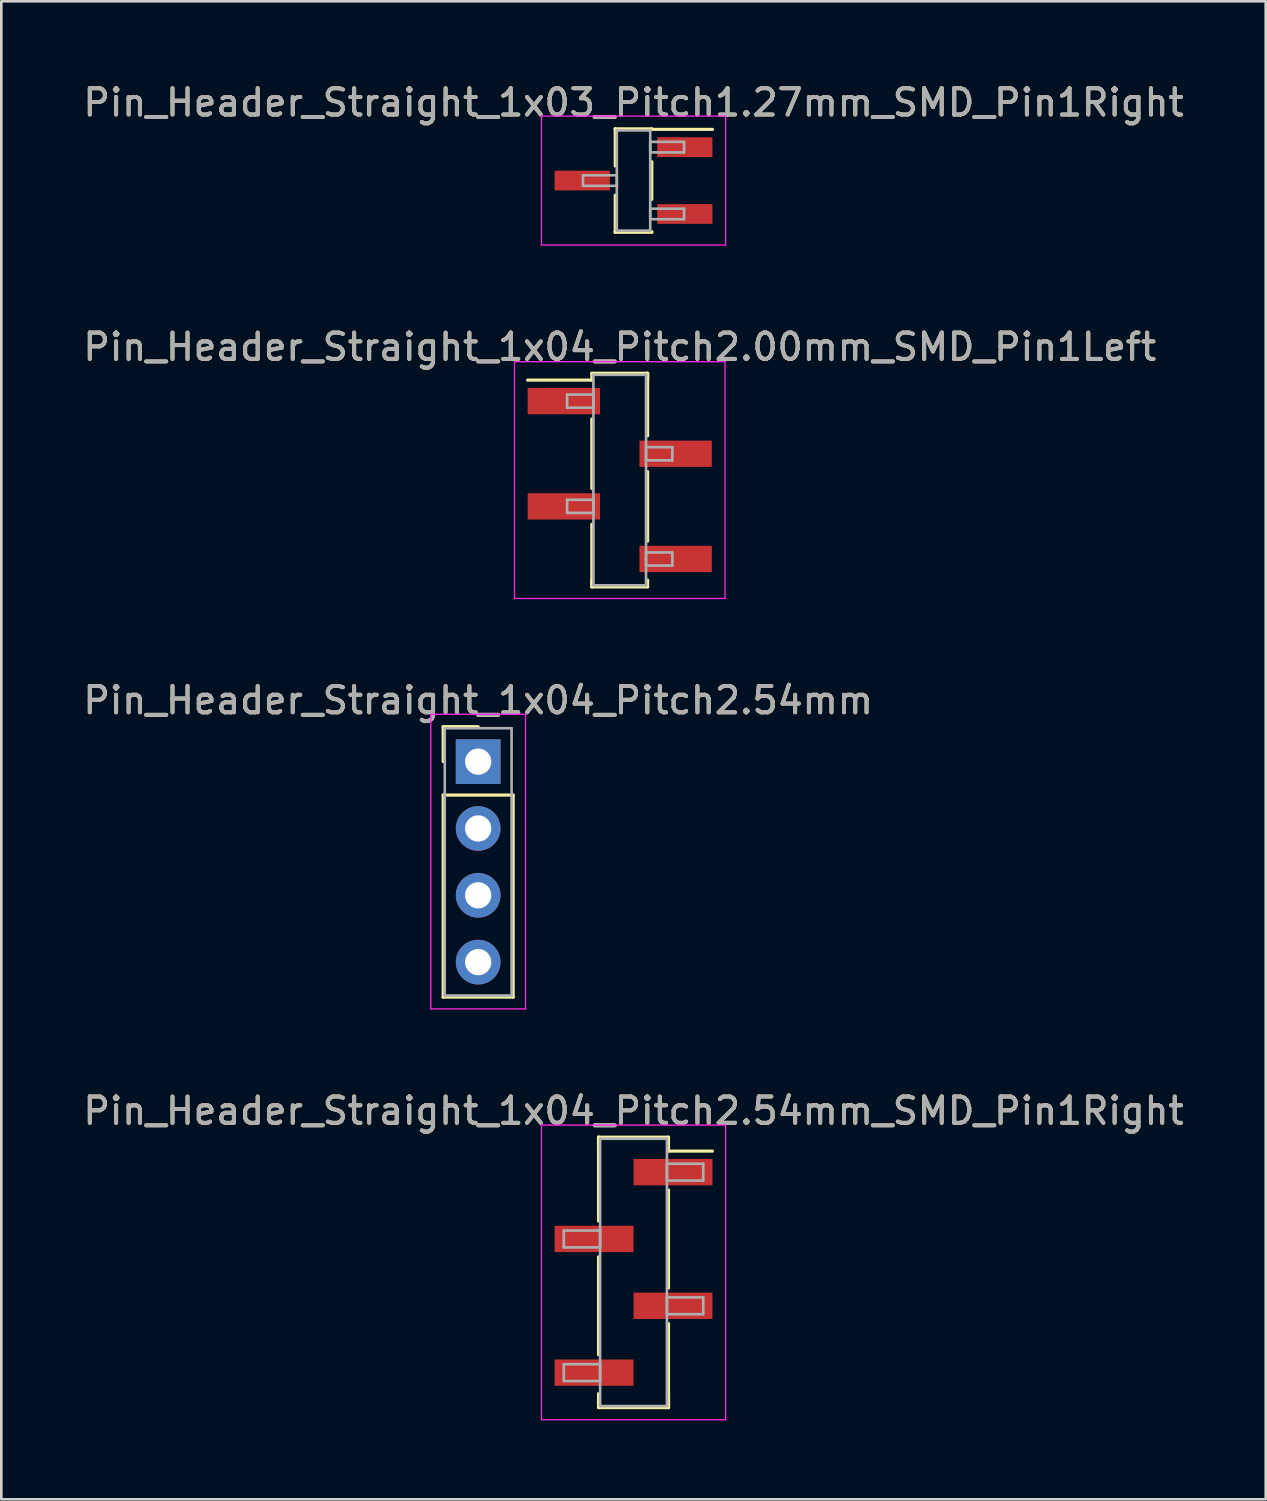
<source format=kicad_pcb>
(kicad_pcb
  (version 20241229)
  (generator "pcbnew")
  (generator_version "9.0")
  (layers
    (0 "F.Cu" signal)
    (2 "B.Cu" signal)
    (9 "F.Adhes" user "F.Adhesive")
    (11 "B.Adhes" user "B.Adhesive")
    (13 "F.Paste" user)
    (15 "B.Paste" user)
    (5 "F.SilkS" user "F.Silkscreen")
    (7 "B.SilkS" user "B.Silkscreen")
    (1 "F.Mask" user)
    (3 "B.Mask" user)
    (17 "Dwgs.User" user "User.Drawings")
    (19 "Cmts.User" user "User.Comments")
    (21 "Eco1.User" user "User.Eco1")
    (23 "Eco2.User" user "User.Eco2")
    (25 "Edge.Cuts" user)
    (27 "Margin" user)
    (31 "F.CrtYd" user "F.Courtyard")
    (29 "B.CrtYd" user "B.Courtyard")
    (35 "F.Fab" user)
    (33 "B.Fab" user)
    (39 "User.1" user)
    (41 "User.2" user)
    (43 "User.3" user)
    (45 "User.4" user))
  (footprint "Pin_Header_Straight_1x04_Pitch2.54mm"
    (layer "F.Cu")
    (at 15.125 25.9)
    (property "Reference" "Pin_Header_Straight_1x04_Pitch2.54mm" (at 0 -2.33 0) (layer "F.SilkS") (effects (font (size 1 1) (thickness 0.15))))
    (attr through_hole)
    (fp_line (start -1.33 -1.33) (end 0 -1.33) (stroke (width 0.12) (type solid)) (layer "F.SilkS"))
    (fp_line (start -1.33 0) (end -1.33 -1.33) (stroke (width 0.12) (type solid)) (layer "F.SilkS"))
    (fp_line (start -1.33 1.27) (end -1.33 8.95) (stroke (width 0.12) (type solid)) (layer "F.SilkS"))
    (fp_line (start -1.33 8.95) (end 1.33 8.95) (stroke (width 0.12) (type solid)) (layer "F.SilkS"))
    (fp_line (start 1.33 1.27) (end -1.33 1.27) (stroke (width 0.12) (type solid)) (layer "F.SilkS"))
    (fp_line (start 1.33 8.95) (end 1.33 1.27) (stroke (width 0.12) (type solid)) (layer "F.SilkS"))
    (fp_line (start -1.8 -1.8) (end -1.8 9.4) (stroke (width 0.05) (type solid)) (layer "F.CrtYd"))
    (fp_line (start -1.8 9.4) (end 1.8 9.4) (stroke (width 0.05) (type solid)) (layer "F.CrtYd"))
    (fp_line (start 1.8 -1.8) (end -1.8 -1.8) (stroke (width 0.05) (type solid)) (layer "F.CrtYd"))
    (fp_line (start 1.8 9.4) (end 1.8 -1.8) (stroke (width 0.05) (type solid)) (layer "F.CrtYd"))
    (fp_line (start -1.27 -1.27) (end -1.27 8.89) (stroke (width 0.1) (type solid)) (layer "F.Fab"))
    (fp_line (start -1.27 8.89) (end 1.27 8.89) (stroke (width 0.1) (type solid)) (layer "F.Fab"))
    (fp_line (start 1.27 -1.27) (end -1.27 -1.27) (stroke (width 0.1) (type solid)) (layer "F.Fab"))
    (fp_line (start 1.27 8.89) (end 1.27 -1.27) (stroke (width 0.1) (type solid)) (layer "F.Fab"))
    (fp_text user "${REFERENCE}" (at 0 -2.33 0) (layer "F.Fab") (effects (font (size 1 1) (thickness 0.15))))
    (pad "1" thru_hole rect (at 0 0) (size 1.7 1.7) (drill 1) (layers "*.Cu" "*.Mask"))
    (pad "2" thru_hole oval (at 0 2.54) (size 1.7 1.7) (drill 1) (layers "*.Cu" "*.Mask"))
    (pad "3" thru_hole oval (at 0 5.08) (size 1.7 1.7) (drill 1) (layers "*.Cu" "*.Mask"))
    (pad "4" thru_hole oval (at 0 7.62) (size 1.7 1.7) (drill 1) (layers "*.Cu" "*.Mask")))
  (footprint "Pin_Header_Straight_1x04_Pitch2.54mm_SMD_Pin1Right"
    (layer "F.Cu")
    (at 21.03 45.313)
    (property "Reference" "Pin_Header_Straight_1x04_Pitch2.54mm_SMD_Pin1Right" (at 0 -6.14 0) (layer "F.SilkS") (effects (font (size 1 1) (thickness 0.15))))
    (attr smd)
    (fp_line (start -1.33 -5.14) (end -1.33 -1.95) (stroke (width 0.12) (type solid)) (layer "F.SilkS"))
    (fp_line (start -1.33 -5.14) (end 1.33 -5.14) (stroke (width 0.12) (type solid)) (layer "F.SilkS"))
    (fp_line (start -1.33 -4.61) (end -1.33 -5.14) (stroke (width 0.12) (type solid)) (layer "F.SilkS"))
    (fp_line (start -1.33 -0.59) (end -1.33 3.13) (stroke (width 0.12) (type solid)) (layer "F.SilkS"))
    (fp_line (start -1.33 4.61) (end -1.33 5.14) (stroke (width 0.12) (type solid)) (layer "F.SilkS"))
    (fp_line (start -1.33 5.14) (end 1.33 5.14) (stroke (width 0.12) (type solid)) (layer "F.SilkS"))
    (fp_line (start 1.33 -5.14) (end 1.33 -4.61) (stroke (width 0.12) (type solid)) (layer "F.SilkS"))
    (fp_line (start 1.33 -4.61) (end 3 -4.61) (stroke (width 0.12) (type solid)) (layer "F.SilkS"))
    (fp_line (start 1.33 -3.13) (end 1.33 0.59) (stroke (width 0.12) (type solid)) (layer "F.SilkS"))
    (fp_line (start 1.33 1.95) (end 1.33 5.14) (stroke (width 0.12) (type solid)) (layer "F.SilkS"))
    (fp_line (start 1.33 5.14) (end 1.33 4.61) (stroke (width 0.12) (type solid)) (layer "F.SilkS"))
    (fp_line (start -3.5 -5.6) (end -3.5 5.6) (stroke (width 0.05) (type solid)) (layer "F.CrtYd"))
    (fp_line (start -3.5 5.6) (end 3.5 5.6) (stroke (width 0.05) (type solid)) (layer "F.CrtYd"))
    (fp_line (start 3.5 -5.6) (end -3.5 -5.6) (stroke (width 0.05) (type solid)) (layer "F.CrtYd"))
    (fp_line (start 3.5 5.6) (end 3.5 -5.6) (stroke (width 0.05) (type solid)) (layer "F.CrtYd"))
    (fp_line (start -2.65 -1.59) (end -1.27 -1.59) (stroke (width 0.1) (type solid)) (layer "F.Fab"))
    (fp_line (start -2.65 -0.95) (end -2.65 -1.59) (stroke (width 0.1) (type solid)) (layer "F.Fab"))
    (fp_line (start -2.65 3.49) (end -1.27 3.49) (stroke (width 0.1) (type solid)) (layer "F.Fab"))
    (fp_line (start -2.65 4.13) (end -2.65 3.49) (stroke (width 0.1) (type solid)) (layer "F.Fab"))
    (fp_line (start -1.27 -5.08) (end -1.27 5.08) (stroke (width 0.1) (type solid)) (layer "F.Fab"))
    (fp_line (start -1.27 -1.59) (end -1.27 -0.95) (stroke (width 0.1) (type solid)) (layer "F.Fab"))
    (fp_line (start -1.27 -0.95) (end -2.65 -0.95) (stroke (width 0.1) (type solid)) (layer "F.Fab"))
    (fp_line (start -1.27 3.49) (end -1.27 4.13) (stroke (width 0.1) (type solid)) (layer "F.Fab"))
    (fp_line (start -1.27 4.13) (end -2.65 4.13) (stroke (width 0.1) (type solid)) (layer "F.Fab"))
    (fp_line (start -1.27 5.08) (end 1.27 5.08) (stroke (width 0.1) (type solid)) (layer "F.Fab"))
    (fp_line (start 1.27 -5.08) (end -1.27 -5.08) (stroke (width 0.1) (type solid)) (layer "F.Fab"))
    (fp_line (start 1.27 -4.13) (end 1.27 -3.49) (stroke (width 0.1) (type solid)) (layer "F.Fab"))
    (fp_line (start 1.27 -3.49) (end 2.65 -3.49) (stroke (width 0.1) (type solid)) (layer "F.Fab"))
    (fp_line (start 1.27 0.95) (end 1.27 1.59) (stroke (width 0.1) (type solid)) (layer "F.Fab"))
    (fp_line (start 1.27 1.59) (end 2.65 1.59) (stroke (width 0.1) (type solid)) (layer "F.Fab"))
    (fp_line (start 1.27 5.08) (end 1.27 -5.08) (stroke (width 0.1) (type solid)) (layer "F.Fab"))
    (fp_line (start 2.65 -4.13) (end 1.27 -4.13) (stroke (width 0.1) (type solid)) (layer "F.Fab"))
    (fp_line (start 2.65 -3.49) (end 2.65 -4.13) (stroke (width 0.1) (type solid)) (layer "F.Fab"))
    (fp_line (start 2.65 0.95) (end 1.27 0.95) (stroke (width 0.1) (type solid)) (layer "F.Fab"))
    (fp_line (start 2.65 1.59) (end 2.65 0.95) (stroke (width 0.1) (type solid)) (layer "F.Fab"))
    (fp_text user "${REFERENCE}" (at 0 -6.14 0) (layer "F.Fab") (effects (font (size 1 1) (thickness 0.15))))
    (pad "1" smd rect (at 1.5 -3.81) (size 3 1) (layers "F.Cu" "F.Mask" "F.Paste"))
    (pad "2" smd rect (at -1.5 -1.27) (size 3 1) (layers "F.Cu" "F.Mask" "F.Paste"))
    (pad "3" smd rect (at 1.5 1.27) (size 3 1) (layers "F.Cu" "F.Mask" "F.Paste"))
    (pad "4" smd rect (at -1.5 3.81) (size 3 1) (layers "F.Cu" "F.Mask" "F.Paste")))
  (footprint "Pin_Header_Straight_1x04_Pitch2.00mm_SMD_Pin1Left"
    (layer "F.Cu")
    (at 20.506 15.197)
    (property "Reference" "Pin_Header_Straight_1x04_Pitch2.00mm_SMD_Pin1Left" (at 0 -5.06 0) (layer "F.SilkS") (effects (font (size 1 1) (thickness 0.15))))
    (attr smd)
    (fp_line (start -1.06 -4.06) (end 1.06 -4.06) (stroke (width 0.12) (type solid)) (layer "F.SilkS"))
    (fp_line (start -1.06 -3.8) (end -3.5 -3.8) (stroke (width 0.12) (type solid)) (layer "F.SilkS"))
    (fp_line (start -1.06 -3.8) (end -1.06 -4.06) (stroke (width 0.12) (type solid)) (layer "F.SilkS"))
    (fp_line (start -1.06 -2.32) (end -1.06 0.32) (stroke (width 0.12) (type solid)) (layer "F.SilkS"))
    (fp_line (start -1.06 1.68) (end -1.06 4.06) (stroke (width 0.12) (type solid)) (layer "F.SilkS"))
    (fp_line (start -1.06 3.8) (end -1.06 4.06) (stroke (width 0.12) (type solid)) (layer "F.SilkS"))
    (fp_line (start -1.06 4.06) (end 1.06 4.06) (stroke (width 0.12) (type solid)) (layer "F.SilkS"))
    (fp_line (start 1.06 -4.06) (end 1.06 -3.8) (stroke (width 0.12) (type solid)) (layer "F.SilkS"))
    (fp_line (start 1.06 -4.06) (end 1.06 -1.68) (stroke (width 0.12) (type solid)) (layer "F.SilkS"))
    (fp_line (start 1.06 -0.32) (end 1.06 2.32) (stroke (width 0.12) (type solid)) (layer "F.SilkS"))
    (fp_line (start 1.06 4.06) (end 1.06 3.8) (stroke (width 0.12) (type solid)) (layer "F.SilkS"))
    (fp_line (start -4 -4.5) (end -4 4.5) (stroke (width 0.05) (type solid)) (layer "F.CrtYd"))
    (fp_line (start -4 4.5) (end 4 4.5) (stroke (width 0.05) (type solid)) (layer "F.CrtYd"))
    (fp_line (start 4 -4.5) (end -4 -4.5) (stroke (width 0.05) (type solid)) (layer "F.CrtYd"))
    (fp_line (start 4 4.5) (end 4 -4.5) (stroke (width 0.05) (type solid)) (layer "F.CrtYd"))
    (fp_line (start -2 -3.25) (end -1 -3.25) (stroke (width 0.1) (type solid)) (layer "F.Fab"))
    (fp_line (start -2 -2.75) (end -2 -3.25) (stroke (width 0.1) (type solid)) (layer "F.Fab"))
    (fp_line (start -2 0.75) (end -1 0.75) (stroke (width 0.1) (type solid)) (layer "F.Fab"))
    (fp_line (start -2 1.25) (end -2 0.75) (stroke (width 0.1) (type solid)) (layer "F.Fab"))
    (fp_line (start -1 -4) (end -1 4) (stroke (width 0.1) (type solid)) (layer "F.Fab"))
    (fp_line (start -1 -3.25) (end -1 -2.75) (stroke (width 0.1) (type solid)) (layer "F.Fab"))
    (fp_line (start -1 -2.75) (end -2 -2.75) (stroke (width 0.1) (type solid)) (layer "F.Fab"))
    (fp_line (start -1 0.75) (end -1 1.25) (stroke (width 0.1) (type solid)) (layer "F.Fab"))
    (fp_line (start -1 1.25) (end -2 1.25) (stroke (width 0.1) (type solid)) (layer "F.Fab"))
    (fp_line (start -1 4) (end 1 4) (stroke (width 0.1) (type solid)) (layer "F.Fab"))
    (fp_line (start 1 -4) (end -1 -4) (stroke (width 0.1) (type solid)) (layer "F.Fab"))
    (fp_line (start 1 -1.25) (end 1 -0.75) (stroke (width 0.1) (type solid)) (layer "F.Fab"))
    (fp_line (start 1 -0.75) (end 2 -0.75) (stroke (width 0.1) (type solid)) (layer "F.Fab"))
    (fp_line (start 1 2.75) (end 1 3.25) (stroke (width 0.1) (type solid)) (layer "F.Fab"))
    (fp_line (start 1 3.25) (end 2 3.25) (stroke (width 0.1) (type solid)) (layer "F.Fab"))
    (fp_line (start 1 4) (end 1 -4) (stroke (width 0.1) (type solid)) (layer "F.Fab"))
    (fp_line (start 2 -1.25) (end 1 -1.25) (stroke (width 0.1) (type solid)) (layer "F.Fab"))
    (fp_line (start 2 -0.75) (end 2 -1.25) (stroke (width 0.1) (type solid)) (layer "F.Fab"))
    (fp_line (start 2 2.75) (end 1 2.75) (stroke (width 0.1) (type solid)) (layer "F.Fab"))
    (fp_line (start 2 3.25) (end 2 2.75) (stroke (width 0.1) (type solid)) (layer "F.Fab"))
    (fp_text user "${REFERENCE}" (at 0 -5.06 0) (layer "F.Fab") (effects (font (size 1 1) (thickness 0.15))))
    (pad "1" smd rect (at -2.125 -3) (size 2.75 1) (layers "F.Cu" "F.Mask" "F.Paste"))
    (pad "2" smd rect (at 2.125 -1) (size 2.75 1) (layers "F.Cu" "F.Mask" "F.Paste"))
    (pad "3" smd rect (at -2.125 1) (size 2.75 1) (layers "F.Cu" "F.Mask" "F.Paste"))
    (pad "4" smd rect (at 2.125 3) (size 2.75 1) (layers "F.Cu" "F.Mask" "F.Paste")))
  (footprint "Pin_Header_Straight_1x03_Pitch1.27mm_SMD_Pin1Right"
    (layer "F.Cu")
    (at 21.03 3.813)
    (property "Reference" "Pin_Header_Straight_1x03_Pitch1.27mm_SMD_Pin1Right" (at 0 -2.965 0) (layer "F.SilkS") (effects (font (size 1 1) (thickness 0.15))))
    (attr smd)
    (fp_line (start -0.695 -1.965) (end -0.695 -0.555) (stroke (width 0.12) (type solid)) (layer "F.SilkS"))
    (fp_line (start -0.695 -1.965) (end 0.695 -1.965) (stroke (width 0.12) (type solid)) (layer "F.SilkS"))
    (fp_line (start -0.695 -1.945) (end -0.695 -1.965) (stroke (width 0.12) (type solid)) (layer "F.SilkS"))
    (fp_line (start -0.695 0.555) (end -0.695 1.965) (stroke (width 0.12) (type solid)) (layer "F.SilkS"))
    (fp_line (start -0.695 1.945) (end -0.695 1.965) (stroke (width 0.12) (type solid)) (layer "F.SilkS"))
    (fp_line (start -0.695 1.965) (end 0.695 1.965) (stroke (width 0.12) (type solid)) (layer "F.SilkS"))
    (fp_line (start 0.695 -1.965) (end 0.695 -1.945) (stroke (width 0.12) (type solid)) (layer "F.SilkS"))
    (fp_line (start 0.695 -1.945) (end 3 -1.945) (stroke (width 0.12) (type solid)) (layer "F.SilkS"))
    (fp_line (start 0.695 -0.715) (end 0.695 0.715) (stroke (width 0.12) (type solid)) (layer "F.SilkS"))
    (fp_line (start 0.695 1.965) (end 0.695 1.945) (stroke (width 0.12) (type solid)) (layer "F.SilkS"))
    (fp_line (start -3.5 -2.45) (end -3.5 2.45) (stroke (width 0.05) (type solid)) (layer "F.CrtYd"))
    (fp_line (start -3.5 2.45) (end 3.5 2.45) (stroke (width 0.05) (type solid)) (layer "F.CrtYd"))
    (fp_line (start 3.5 -2.45) (end -3.5 -2.45) (stroke (width 0.05) (type solid)) (layer "F.CrtYd"))
    (fp_line (start 3.5 2.45) (end 3.5 -2.45) (stroke (width 0.05) (type solid)) (layer "F.CrtYd"))
    (fp_line (start -1.92 -0.2) (end -0.635 -0.2) (stroke (width 0.1) (type solid)) (layer "F.Fab"))
    (fp_line (start -1.92 0.2) (end -1.92 -0.2) (stroke (width 0.1) (type solid)) (layer "F.Fab"))
    (fp_line (start -0.635 -1.905) (end -0.635 1.905) (stroke (width 0.1) (type solid)) (layer "F.Fab"))
    (fp_line (start -0.635 -0.2) (end -0.635 0.2) (stroke (width 0.1) (type solid)) (layer "F.Fab"))
    (fp_line (start -0.635 0.2) (end -1.92 0.2) (stroke (width 0.1) (type solid)) (layer "F.Fab"))
    (fp_line (start -0.635 1.905) (end 0.635 1.905) (stroke (width 0.1) (type solid)) (layer "F.Fab"))
    (fp_line (start 0.635 -1.905) (end -0.635 -1.905) (stroke (width 0.1) (type solid)) (layer "F.Fab"))
    (fp_line (start 0.635 -1.47) (end 0.635 -1.07) (stroke (width 0.1) (type solid)) (layer "F.Fab"))
    (fp_line (start 0.635 -1.07) (end 1.92 -1.07) (stroke (width 0.1) (type solid)) (layer "F.Fab"))
    (fp_line (start 0.635 1.07) (end 0.635 1.47) (stroke (width 0.1) (type solid)) (layer "F.Fab"))
    (fp_line (start 0.635 1.47) (end 1.92 1.47) (stroke (width 0.1) (type solid)) (layer "F.Fab"))
    (fp_line (start 0.635 1.905) (end 0.635 -1.905) (stroke (width 0.1) (type solid)) (layer "F.Fab"))
    (fp_line (start 1.92 -1.47) (end 0.635 -1.47) (stroke (width 0.1) (type solid)) (layer "F.Fab"))
    (fp_line (start 1.92 -1.07) (end 1.92 -1.47) (stroke (width 0.1) (type solid)) (layer "F.Fab"))
    (fp_line (start 1.92 1.07) (end 0.635 1.07) (stroke (width 0.1) (type solid)) (layer "F.Fab"))
    (fp_line (start 1.92 1.47) (end 1.92 1.07) (stroke (width 0.1) (type solid)) (layer "F.Fab"))
    (fp_text user "${REFERENCE}" (at 0 -2.965 0) (layer "F.Fab") (effects (font (size 1 1) (thickness 0.15))))
    (pad "1" smd rect (at 1.95 -1.27) (size 2.1 0.75) (layers "F.Cu" "F.Mask" "F.Paste"))
    (pad "2" smd rect (at -1.95 0) (size 2.1 0.75) (layers "F.Cu" "F.Mask" "F.Paste"))
    (pad "3" smd rect (at 1.95 1.27) (size 2.1 0.75) (layers "F.Cu" "F.Mask" "F.Paste")))
  (gr_rect
    (start -3 -3)
    (end 45.06 53.938)
    (stroke (width 0.1) (type default))
    (fill no)
    (layer "Edge.Cuts")))
</source>
